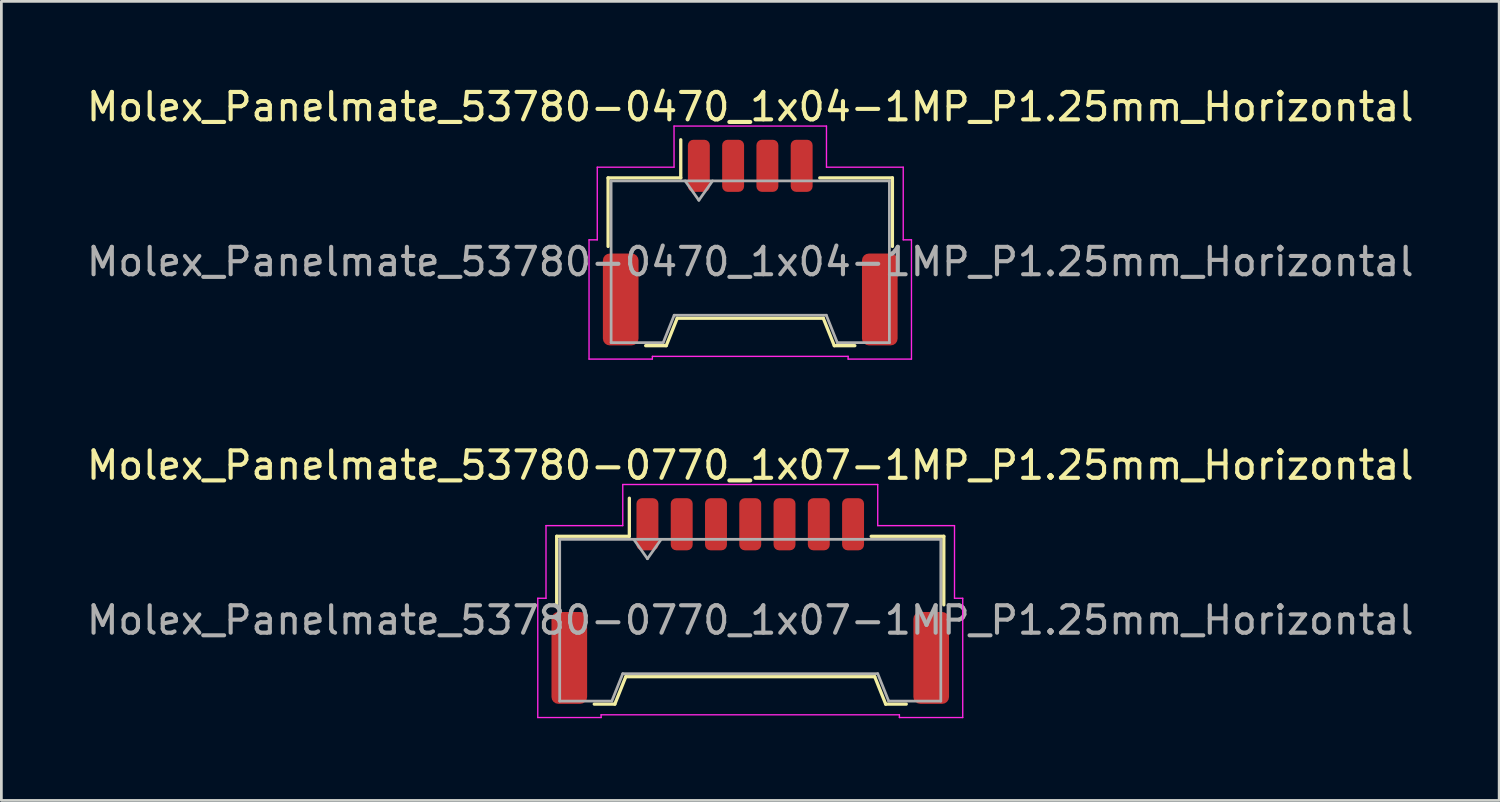
<source format=kicad_pcb>
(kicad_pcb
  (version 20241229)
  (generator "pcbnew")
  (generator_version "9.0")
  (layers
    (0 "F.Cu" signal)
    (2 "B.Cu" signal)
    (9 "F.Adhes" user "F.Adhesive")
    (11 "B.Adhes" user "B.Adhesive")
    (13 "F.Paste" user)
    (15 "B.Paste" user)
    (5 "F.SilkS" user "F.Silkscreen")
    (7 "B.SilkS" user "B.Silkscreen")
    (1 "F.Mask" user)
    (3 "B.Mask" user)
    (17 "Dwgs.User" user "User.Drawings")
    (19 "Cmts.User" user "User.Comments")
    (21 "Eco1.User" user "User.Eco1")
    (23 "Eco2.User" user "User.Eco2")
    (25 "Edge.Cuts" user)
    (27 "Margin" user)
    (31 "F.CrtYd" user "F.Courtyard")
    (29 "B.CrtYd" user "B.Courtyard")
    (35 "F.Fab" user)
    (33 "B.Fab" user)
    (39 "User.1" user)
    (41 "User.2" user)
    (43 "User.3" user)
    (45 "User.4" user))
  (footprint "Molex_Panelmate_53780-0470_1x04-1MP_P1.25mm_Horizontal"
    (layer "F.Cu")
    (at 24.315 5.798)
    (property "Reference" "Molex_Panelmate_53780-0470_1x04-1MP_P1.25mm_Horizontal" (at 0 -4.95 0) (layer "F.SilkS") (effects (font (size 1 1) (thickness 0.15))))
    (attr smd)
    (fp_line (start -5.185 -2.36) (end -2.535 -2.36) (stroke (width 0.12) (type solid)) (layer "F.SilkS"))
    (fp_line (start -5.185 0.14) (end -5.185 -2.36) (stroke (width 0.12) (type solid)) (layer "F.SilkS"))
    (fp_line (start -3.815 3.76) (end -3.065 3.76) (stroke (width 0.12) (type solid)) (layer "F.SilkS"))
    (fp_line (start -3.065 3.76) (end -2.665 2.76) (stroke (width 0.12) (type solid)) (layer "F.SilkS"))
    (fp_line (start -2.665 2.76) (end 2.665 2.76) (stroke (width 0.12) (type solid)) (layer "F.SilkS"))
    (fp_line (start -2.535 -2.36) (end -2.535 -3.75) (stroke (width 0.12) (type solid)) (layer "F.SilkS"))
    (fp_line (start 2.665 2.76) (end 3.065 3.76) (stroke (width 0.12) (type solid)) (layer "F.SilkS"))
    (fp_line (start 3.065 3.76) (end 3.815 3.76) (stroke (width 0.12) (type solid)) (layer "F.SilkS"))
    (fp_line (start 5.185 -2.36) (end 2.535 -2.36) (stroke (width 0.12) (type solid)) (layer "F.SilkS"))
    (fp_line (start 5.185 0.14) (end 5.185 -2.36) (stroke (width 0.12) (type solid)) (layer "F.SilkS"))
    (fp_line (start -5.88 -0.1) (end -5.58 -0.1) (stroke (width 0.05) (type solid)) (layer "F.CrtYd"))
    (fp_line (start -5.88 4.25) (end -5.88 -0.1) (stroke (width 0.05) (type solid)) (layer "F.CrtYd"))
    (fp_line (start -5.58 -2.75) (end -2.78 -2.75) (stroke (width 0.05) (type solid)) (layer "F.CrtYd"))
    (fp_line (start -5.58 -0.1) (end -5.58 -2.75) (stroke (width 0.05) (type solid)) (layer "F.CrtYd"))
    (fp_line (start -3.57 4.15) (end -3.57 4.25) (stroke (width 0.05) (type solid)) (layer "F.CrtYd"))
    (fp_line (start -3.57 4.25) (end -5.88 4.25) (stroke (width 0.05) (type solid)) (layer "F.CrtYd"))
    (fp_line (start -2.78 -4.25) (end 2.78 -4.25) (stroke (width 0.05) (type solid)) (layer "F.CrtYd"))
    (fp_line (start -2.78 -2.75) (end -2.78 -4.25) (stroke (width 0.05) (type solid)) (layer "F.CrtYd"))
    (fp_line (start 2.78 -4.25) (end 2.78 -2.75) (stroke (width 0.05) (type solid)) (layer "F.CrtYd"))
    (fp_line (start 2.78 -2.75) (end 5.58 -2.75) (stroke (width 0.05) (type solid)) (layer "F.CrtYd"))
    (fp_line (start 3.57 4.15) (end -3.57 4.15) (stroke (width 0.05) (type solid)) (layer "F.CrtYd"))
    (fp_line (start 3.57 4.25) (end 3.57 4.15) (stroke (width 0.05) (type solid)) (layer "F.CrtYd"))
    (fp_line (start 5.58 -2.75) (end 5.58 -0.1) (stroke (width 0.05) (type solid)) (layer "F.CrtYd"))
    (fp_line (start 5.58 -0.1) (end 5.88 -0.1) (stroke (width 0.05) (type solid)) (layer "F.CrtYd"))
    (fp_line (start 5.88 -0.1) (end 5.88 4.25) (stroke (width 0.05) (type solid)) (layer "F.CrtYd"))
    (fp_line (start 5.88 4.25) (end 3.57 4.25) (stroke (width 0.05) (type solid)) (layer "F.CrtYd"))
    (fp_line (start -5.075 -2.25) (end -5.075 3.65) (stroke (width 0.1) (type solid)) (layer "F.Fab"))
    (fp_line (start -5.075 -2.25) (end 5.075 -2.25) (stroke (width 0.1) (type solid)) (layer "F.Fab"))
    (fp_line (start -5.075 3.65) (end -3.175 3.65) (stroke (width 0.1) (type solid)) (layer "F.Fab"))
    (fp_line (start -3.175 3.65) (end -2.775 2.65) (stroke (width 0.1) (type solid)) (layer "F.Fab"))
    (fp_line (start -2.775 2.65) (end 2.775 2.65) (stroke (width 0.1) (type solid)) (layer "F.Fab"))
    (fp_line (start -2.375 -2.25) (end -1.875 -1.543) (stroke (width 0.1) (type solid)) (layer "F.Fab"))
    (fp_line (start -1.875 -1.543) (end -1.375 -2.25) (stroke (width 0.1) (type solid)) (layer "F.Fab"))
    (fp_line (start 2.775 2.65) (end 3.175 3.65) (stroke (width 0.1) (type solid)) (layer "F.Fab"))
    (fp_line (start 3.175 3.65) (end 5.075 3.65) (stroke (width 0.1) (type solid)) (layer "F.Fab"))
    (fp_line (start 5.075 -2.25) (end 5.075 3.65) (stroke (width 0.1) (type solid)) (layer "F.Fab"))
    (fp_text user "${REFERENCE}" (at 0 0.7 0) (layer "F.Fab") (effects (font (size 1 1) (thickness 0.15))))
    (pad "1" smd roundrect (at -1.875 -2.8) (size 0.8 1.9) (layers "F.Cu" "F.Mask" "F.Paste") (roundrect_rratio 0.25))
    (pad "2" smd roundrect (at -0.625 -2.8) (size 0.8 1.9) (layers "F.Cu" "F.Mask" "F.Paste") (roundrect_rratio 0.25))
    (pad "3" smd roundrect (at 0.625 -2.8) (size 0.8 1.9) (layers "F.Cu" "F.Mask" "F.Paste") (roundrect_rratio 0.25))
    (pad "4" smd roundrect (at 1.875 -2.8) (size 0.8 1.9) (layers "F.Cu" "F.Mask" "F.Paste") (roundrect_rratio 0.25))
    (pad "MP" smd roundrect (at -4.725 2.075) (size 1.3 3.35) (layers "F.Cu" "F.Mask" "F.Paste") (roundrect_rratio 0.192))
    (pad "MP" smd roundrect (at 4.725 2.075) (size 1.3 3.35) (layers "F.Cu" "F.Mask" "F.Paste") (roundrect_rratio 0.192)))
  (footprint "Molex_Panelmate_53780-0770_1x07-1MP_P1.25mm_Horizontal"
    (layer "F.Cu")
    (at 24.315 18.872)
    (property "Reference" "Molex_Panelmate_53780-0770_1x07-1MP_P1.25mm_Horizontal" (at 0 -4.95 0) (layer "F.SilkS") (effects (font (size 1 1) (thickness 0.15))))
    (attr smd)
    (fp_line (start -7.06 -2.36) (end -4.41 -2.36) (stroke (width 0.12) (type solid)) (layer "F.SilkS"))
    (fp_line (start -7.06 0.14) (end -7.06 -2.36) (stroke (width 0.12) (type solid)) (layer "F.SilkS"))
    (fp_line (start -5.69 3.76) (end -4.94 3.76) (stroke (width 0.12) (type solid)) (layer "F.SilkS"))
    (fp_line (start -4.94 3.76) (end -4.54 2.76) (stroke (width 0.12) (type solid)) (layer "F.SilkS"))
    (fp_line (start -4.54 2.76) (end 4.54 2.76) (stroke (width 0.12) (type solid)) (layer "F.SilkS"))
    (fp_line (start -4.41 -2.36) (end -4.41 -3.75) (stroke (width 0.12) (type solid)) (layer "F.SilkS"))
    (fp_line (start 4.54 2.76) (end 4.94 3.76) (stroke (width 0.12) (type solid)) (layer "F.SilkS"))
    (fp_line (start 4.94 3.76) (end 5.69 3.76) (stroke (width 0.12) (type solid)) (layer "F.SilkS"))
    (fp_line (start 7.06 -2.36) (end 4.41 -2.36) (stroke (width 0.12) (type solid)) (layer "F.SilkS"))
    (fp_line (start 7.06 0.14) (end 7.06 -2.36) (stroke (width 0.12) (type solid)) (layer "F.SilkS"))
    (fp_line (start -7.75 -0.1) (end -7.45 -0.1) (stroke (width 0.05) (type solid)) (layer "F.CrtYd"))
    (fp_line (start -7.75 4.25) (end -7.75 -0.1) (stroke (width 0.05) (type solid)) (layer "F.CrtYd"))
    (fp_line (start -7.45 -2.75) (end -4.65 -2.75) (stroke (width 0.05) (type solid)) (layer "F.CrtYd"))
    (fp_line (start -7.45 -0.1) (end -7.45 -2.75) (stroke (width 0.05) (type solid)) (layer "F.CrtYd"))
    (fp_line (start -5.44 4.15) (end -5.44 4.25) (stroke (width 0.05) (type solid)) (layer "F.CrtYd"))
    (fp_line (start -5.44 4.25) (end -7.75 4.25) (stroke (width 0.05) (type solid)) (layer "F.CrtYd"))
    (fp_line (start -4.65 -4.25) (end 4.65 -4.25) (stroke (width 0.05) (type solid)) (layer "F.CrtYd"))
    (fp_line (start -4.65 -2.75) (end -4.65 -4.25) (stroke (width 0.05) (type solid)) (layer "F.CrtYd"))
    (fp_line (start 4.65 -4.25) (end 4.65 -2.75) (stroke (width 0.05) (type solid)) (layer "F.CrtYd"))
    (fp_line (start 4.65 -2.75) (end 7.45 -2.75) (stroke (width 0.05) (type solid)) (layer "F.CrtYd"))
    (fp_line (start 5.44 4.15) (end -5.44 4.15) (stroke (width 0.05) (type solid)) (layer "F.CrtYd"))
    (fp_line (start 5.44 4.25) (end 5.44 4.15) (stroke (width 0.05) (type solid)) (layer "F.CrtYd"))
    (fp_line (start 7.45 -2.75) (end 7.45 -0.1) (stroke (width 0.05) (type solid)) (layer "F.CrtYd"))
    (fp_line (start 7.45 -0.1) (end 7.75 -0.1) (stroke (width 0.05) (type solid)) (layer "F.CrtYd"))
    (fp_line (start 7.75 -0.1) (end 7.75 4.25) (stroke (width 0.05) (type solid)) (layer "F.CrtYd"))
    (fp_line (start 7.75 4.25) (end 5.44 4.25) (stroke (width 0.05) (type solid)) (layer "F.CrtYd"))
    (fp_line (start -6.95 -2.25) (end -6.95 3.65) (stroke (width 0.1) (type solid)) (layer "F.Fab"))
    (fp_line (start -6.95 -2.25) (end 6.95 -2.25) (stroke (width 0.1) (type solid)) (layer "F.Fab"))
    (fp_line (start -6.95 3.65) (end -5.05 3.65) (stroke (width 0.1) (type solid)) (layer "F.Fab"))
    (fp_line (start -5.05 3.65) (end -4.65 2.65) (stroke (width 0.1) (type solid)) (layer "F.Fab"))
    (fp_line (start -4.65 2.65) (end 4.65 2.65) (stroke (width 0.1) (type solid)) (layer "F.Fab"))
    (fp_line (start -4.25 -2.25) (end -3.75 -1.543) (stroke (width 0.1) (type solid)) (layer "F.Fab"))
    (fp_line (start -3.75 -1.543) (end -3.25 -2.25) (stroke (width 0.1) (type solid)) (layer "F.Fab"))
    (fp_line (start 4.65 2.65) (end 5.05 3.65) (stroke (width 0.1) (type solid)) (layer "F.Fab"))
    (fp_line (start 5.05 3.65) (end 6.95 3.65) (stroke (width 0.1) (type solid)) (layer "F.Fab"))
    (fp_line (start 6.95 -2.25) (end 6.95 3.65) (stroke (width 0.1) (type solid)) (layer "F.Fab"))
    (fp_text user "${REFERENCE}" (at 0 0.7 0) (layer "F.Fab") (effects (font (size 1 1) (thickness 0.15))))
    (pad "1" smd roundrect (at -3.75 -2.8) (size 0.8 1.9) (layers "F.Cu" "F.Mask" "F.Paste") (roundrect_rratio 0.25))
    (pad "2" smd roundrect (at -2.5 -2.8) (size 0.8 1.9) (layers "F.Cu" "F.Mask" "F.Paste") (roundrect_rratio 0.25))
    (pad "3" smd roundrect (at -1.25 -2.8) (size 0.8 1.9) (layers "F.Cu" "F.Mask" "F.Paste") (roundrect_rratio 0.25))
    (pad "4" smd roundrect (at 0 -2.8) (size 0.8 1.9) (layers "F.Cu" "F.Mask" "F.Paste") (roundrect_rratio 0.25))
    (pad "5" smd roundrect (at 1.25 -2.8) (size 0.8 1.9) (layers "F.Cu" "F.Mask" "F.Paste") (roundrect_rratio 0.25))
    (pad "6" smd roundrect (at 2.5 -2.8) (size 0.8 1.9) (layers "F.Cu" "F.Mask" "F.Paste") (roundrect_rratio 0.25))
    (pad "7" smd roundrect (at 3.75 -2.8) (size 0.8 1.9) (layers "F.Cu" "F.Mask" "F.Paste") (roundrect_rratio 0.25))
    (pad "MP" smd roundrect (at -6.6 2.075) (size 1.3 3.35) (layers "F.Cu" "F.Mask" "F.Paste") (roundrect_rratio 0.192))
    (pad "MP" smd roundrect (at 6.6 2.075) (size 1.3 3.35) (layers "F.Cu" "F.Mask" "F.Paste") (roundrect_rratio 0.192)))
  (gr_rect
    (start -3 -3)
    (end 51.631 26.146)
    (stroke (width 0.1) (type default))
    (fill no)
    (layer "Edge.Cuts")))
</source>
